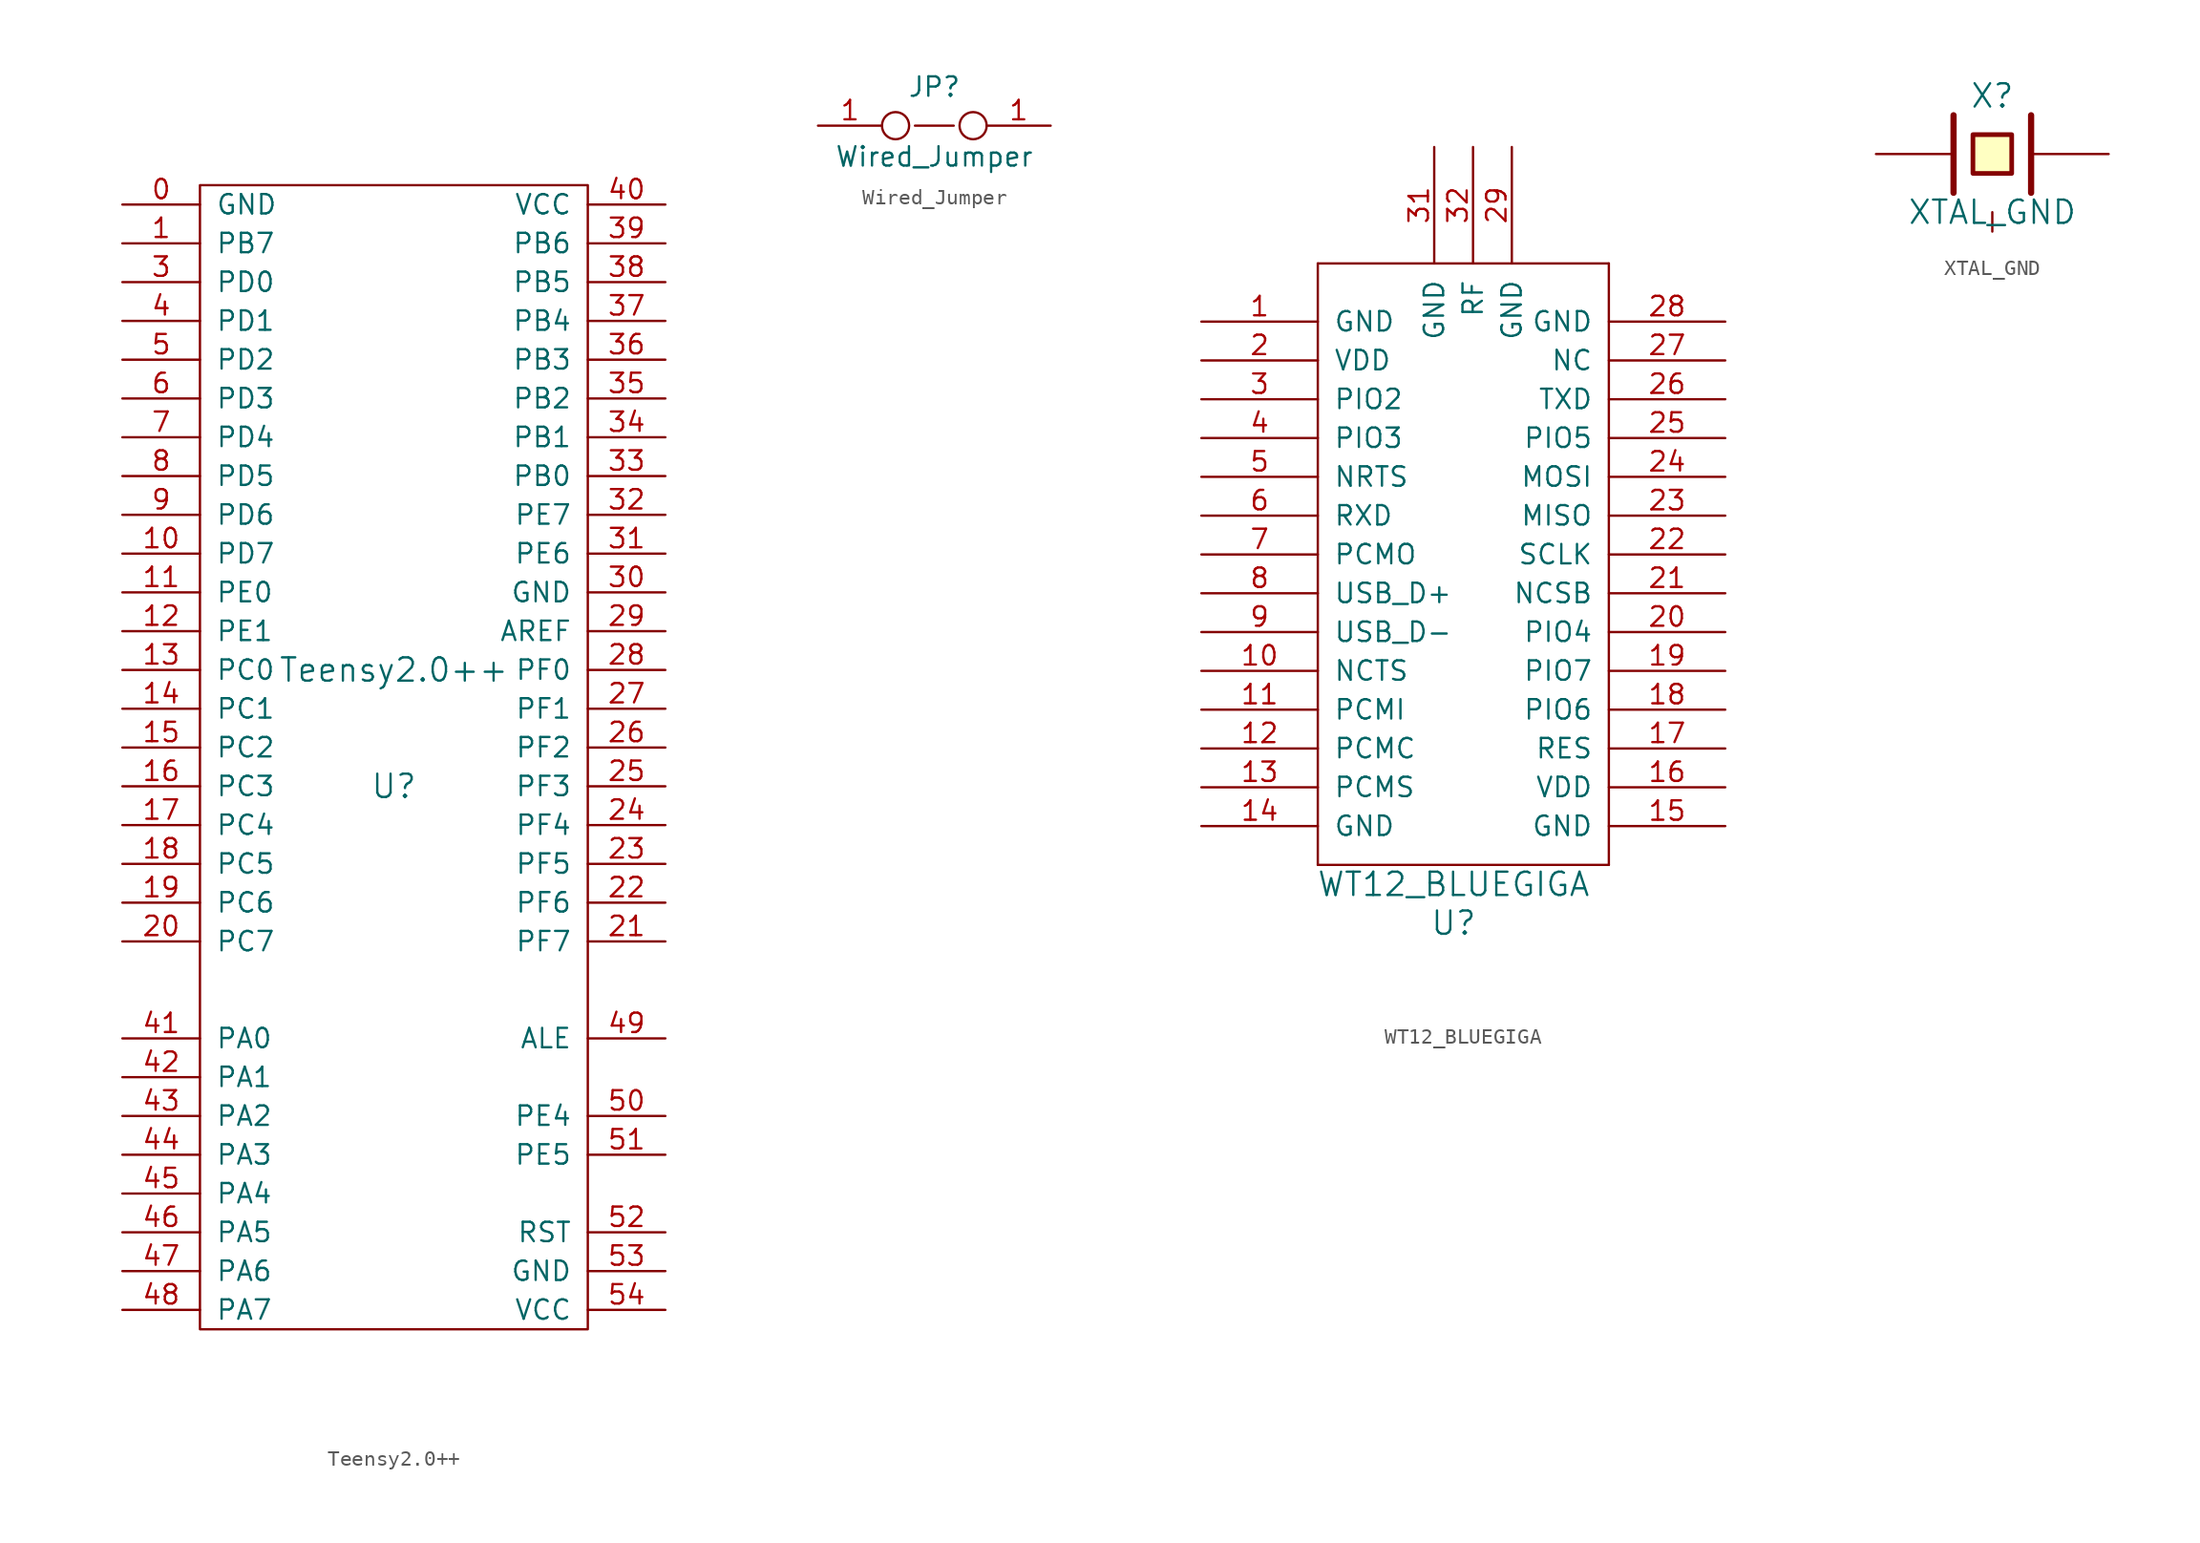
<source format=kicad_sym>
(kicad_symbol_lib
  (version 20211014)
  (generator kicad_symbol_editor)
  (symbol "Teensy2.0++"
    (pin_names
      (offset 1.016))
    (property "Reference" "U"
      (at 0 -2.54 0)
      (effects (font (size 1.524 1.524))))
    (property "Value" "Teensy2.0++"
      (at 0 5.08 0)
      (effects (font (size 1.524 1.524))))
    (property "Footprint" ""
      (at 0 1.27 0)
      (effects (font (size 1.524 1.524))))
    (property "Datasheet" ""
      (at 0 1.27 0)
      (effects (font (size 1.524 1.524))))
    (symbol "Teensy2.0++_0_1"
      (rectangle (start -12.7 36.83) (end 12.7 -38.1) (stroke (width 0) (type default) (color 0 0 0 0)) (fill (type none))))
    (symbol "Teensy2.0++_1_1"
      (pin power_in line (at -17.78 35.56 0) (length 5.08) (name "GND" (effects (font (size 1.27 1.27)))) (number "0" (effects (font (size 1.27 1.27)))))
      (pin tri_state line (at -17.78 33.02 0) (length 5.08) (name "PB7" (effects (font (size 1.27 1.27)))) (number "1" (effects (font (size 1.27 1.27)))))
      (pin tri_state line (at -17.78 12.7 0) (length 5.08) (name "PD7" (effects (font (size 1.27 1.27)))) (number "10" (effects (font (size 1.27 1.27)))))
      (pin tri_state line (at -17.78 10.16 0) (length 5.08) (name "PE0" (effects (font (size 1.27 1.27)))) (number "11" (effects (font (size 1.27 1.27)))))
      (pin tri_state line (at -17.78 7.62 0) (length 5.08) (name "PE1" (effects (font (size 1.27 1.27)))) (number "12" (effects (font (size 1.27 1.27)))))
      (pin tri_state line (at -17.78 5.08 0) (length 5.08) (name "PC0" (effects (font (size 1.27 1.27)))) (number "13" (effects (font (size 1.27 1.27)))))
      (pin tri_state line (at -17.78 2.54 0) (length 5.08) (name "PC1" (effects (font (size 1.27 1.27)))) (number "14" (effects (font (size 1.27 1.27)))))
      (pin tri_state line (at -17.78 0 0) (length 5.08) (name "PC2" (effects (font (size 1.27 1.27)))) (number "15" (effects (font (size 1.27 1.27)))))
      (pin tri_state line (at -17.78 -2.54 0) (length 5.08) (name "PC3" (effects (font (size 1.27 1.27)))) (number "16" (effects (font (size 1.27 1.27)))))
      (pin tri_state line (at -17.78 -5.08 0) (length 5.08) (name "PC4" (effects (font (size 1.27 1.27)))) (number "17" (effects (font (size 1.27 1.27)))))
      (pin tri_state line (at -17.78 -7.62 0) (length 5.08) (name "PC5" (effects (font (size 1.27 1.27)))) (number "18" (effects (font (size 1.27 1.27)))))
      (pin tri_state line (at -17.78 -10.16 0) (length 5.08) (name "PC6" (effects (font (size 1.27 1.27)))) (number "19" (effects (font (size 1.27 1.27)))))
      (pin tri_state line (at -17.78 -12.7 0) (length 5.08) (name "PC7" (effects (font (size 1.27 1.27)))) (number "20" (effects (font (size 1.27 1.27)))))
      (pin tri_state line (at 17.78 -12.7 180) (length 5.08) (name "PF7" (effects (font (size 1.27 1.27)))) (number "21" (effects (font (size 1.27 1.27)))))
      (pin tri_state line (at 17.78 -10.16 180) (length 5.08) (name "PF6" (effects (font (size 1.27 1.27)))) (number "22" (effects (font (size 1.27 1.27)))))
      (pin tri_state line (at 17.78 -7.62 180) (length 5.08) (name "PF5" (effects (font (size 1.27 1.27)))) (number "23" (effects (font (size 1.27 1.27)))))
      (pin tri_state line (at 17.78 -5.08 180) (length 5.08) (name "PF4" (effects (font (size 1.27 1.27)))) (number "24" (effects (font (size 1.27 1.27)))))
      (pin tri_state line (at 17.78 -2.54 180) (length 5.08) (name "PF3" (effects (font (size 1.27 1.27)))) (number "25" (effects (font (size 1.27 1.27)))))
      (pin tri_state line (at 17.78 0 180) (length 5.08) (name "PF2" (effects (font (size 1.27 1.27)))) (number "26" (effects (font (size 1.27 1.27)))))
      (pin tri_state line (at 17.78 2.54 180) (length 5.08) (name "PF1" (effects (font (size 1.27 1.27)))) (number "27" (effects (font (size 1.27 1.27)))))
      (pin tri_state line (at 17.78 5.08 180) (length 5.08) (name "PF0" (effects (font (size 1.27 1.27)))) (number "28" (effects (font (size 1.27 1.27)))))
      (pin input line (at 17.78 7.62 180) (length 5.08) (name "AREF" (effects (font (size 1.27 1.27)))) (number "29" (effects (font (size 1.27 1.27)))))
      (pin tri_state line (at -17.78 30.48 0) (length 5.08) (name "PD0" (effects (font (size 1.27 1.27)))) (number "3" (effects (font (size 1.27 1.27)))))
      (pin power_in line (at 17.78 10.16 180) (length 5.08) (name "GND" (effects (font (size 1.27 1.27)))) (number "30" (effects (font (size 1.27 1.27)))))
      (pin power_in line (at 17.78 12.7 180) (length 5.08) (name "PE6" (effects (font (size 1.27 1.27)))) (number "31" (effects (font (size 1.27 1.27)))))
      (pin power_in line (at 17.78 15.24 180) (length 5.08) (name "PE7" (effects (font (size 1.27 1.27)))) (number "32" (effects (font (size 1.27 1.27)))))
      (pin tri_state line (at 17.78 17.78 180) (length 5.08) (name "PB0" (effects (font (size 1.27 1.27)))) (number "33" (effects (font (size 1.27 1.27)))))
      (pin tri_state line (at 17.78 20.32 180) (length 5.08) (name "PB1" (effects (font (size 1.27 1.27)))) (number "34" (effects (font (size 1.27 1.27)))))
      (pin tri_state line (at 17.78 22.86 180) (length 5.08) (name "PB2" (effects (font (size 1.27 1.27)))) (number "35" (effects (font (size 1.27 1.27)))))
      (pin tri_state line (at 17.78 25.4 180) (length 5.08) (name "PB3" (effects (font (size 1.27 1.27)))) (number "36" (effects (font (size 1.27 1.27)))))
      (pin tri_state line (at 17.78 27.94 180) (length 5.08) (name "PB4" (effects (font (size 1.27 1.27)))) (number "37" (effects (font (size 1.27 1.27)))))
      (pin tri_state line (at 17.78 30.48 180) (length 5.08) (name "PB5" (effects (font (size 1.27 1.27)))) (number "38" (effects (font (size 1.27 1.27)))))
      (pin tri_state line (at 17.78 33.02 180) (length 5.08) (name "PB6" (effects (font (size 1.27 1.27)))) (number "39" (effects (font (size 1.27 1.27)))))
      (pin tri_state line (at -17.78 27.94 0) (length 5.08) (name "PD1" (effects (font (size 1.27 1.27)))) (number "4" (effects (font (size 1.27 1.27)))))
      (pin power_in line (at 17.78 35.56 180) (length 5.08) (name "VCC" (effects (font (size 1.27 1.27)))) (number "40" (effects (font (size 1.27 1.27)))))
      (pin tri_state line (at -17.78 -19.05 0) (length 5.08) (name "PA0" (effects (font (size 1.27 1.27)))) (number "41" (effects (font (size 1.27 1.27)))))
      (pin tri_state line (at -17.78 -21.59 0) (length 5.08) (name "PA1" (effects (font (size 1.27 1.27)))) (number "42" (effects (font (size 1.27 1.27)))))
      (pin tri_state line (at -17.78 -24.13 0) (length 5.08) (name "PA2" (effects (font (size 1.27 1.27)))) (number "43" (effects (font (size 1.27 1.27)))))
      (pin tri_state line (at -17.78 -26.67 0) (length 5.08) (name "PA3" (effects (font (size 1.27 1.27)))) (number "44" (effects (font (size 1.27 1.27)))))
      (pin tri_state line (at -17.78 -29.21 0) (length 5.08) (name "PA4" (effects (font (size 1.27 1.27)))) (number "45" (effects (font (size 1.27 1.27)))))
      (pin tri_state line (at -17.78 -31.75 0) (length 5.08) (name "PA5" (effects (font (size 1.27 1.27)))) (number "46" (effects (font (size 1.27 1.27)))))
      (pin tri_state line (at -17.78 -34.29 0) (length 5.08) (name "PA6" (effects (font (size 1.27 1.27)))) (number "47" (effects (font (size 1.27 1.27)))))
      (pin tri_state line (at -17.78 -36.83 0) (length 5.08) (name "PA7" (effects (font (size 1.27 1.27)))) (number "48" (effects (font (size 1.27 1.27)))))
      (pin input line (at 17.78 -19.05 180) (length 5.08) (name "ALE" (effects (font (size 1.27 1.27)))) (number "49" (effects (font (size 1.27 1.27)))))
      (pin tri_state line (at -17.78 25.4 0) (length 5.08) (name "PD2" (effects (font (size 1.27 1.27)))) (number "5" (effects (font (size 1.27 1.27)))))
      (pin tri_state line (at 17.78 -24.13 180) (length 5.08) (name "PE4" (effects (font (size 1.27 1.27)))) (number "50" (effects (font (size 1.27 1.27)))))
      (pin tri_state line (at 17.78 -26.67 180) (length 5.08) (name "PE5" (effects (font (size 1.27 1.27)))) (number "51" (effects (font (size 1.27 1.27)))))
      (pin input line (at 17.78 -31.75 180) (length 5.08) (name "RST" (effects (font (size 1.27 1.27)))) (number "52" (effects (font (size 1.27 1.27)))))
      (pin power_in line (at 17.78 -34.29 180) (length 5.08) (name "GND" (effects (font (size 1.27 1.27)))) (number "53" (effects (font (size 1.27 1.27)))))
      (pin power_in line (at 17.78 -36.83 180) (length 5.08) (name "VCC" (effects (font (size 1.27 1.27)))) (number "54" (effects (font (size 1.27 1.27)))))
      (pin tri_state line (at -17.78 22.86 0) (length 5.08) (name "PD3" (effects (font (size 1.27 1.27)))) (number "6" (effects (font (size 1.27 1.27)))))
      (pin tri_state line (at -17.78 20.32 0) (length 5.08) (name "PD4" (effects (font (size 1.27 1.27)))) (number "7" (effects (font (size 1.27 1.27)))))
      (pin tri_state line (at -17.78 17.78 0) (length 5.08) (name "PD5" (effects (font (size 1.27 1.27)))) (number "8" (effects (font (size 1.27 1.27)))))
      (pin tri_state line (at -17.78 15.24 0) (length 5.08) (name "PD6" (effects (font (size 1.27 1.27)))) (number "9" (effects (font (size 1.27 1.27)))))))
  (symbol "Wired_Jumper"
    (pin_names
      (offset 0.762) hide)
    (property "Reference" "JP"
      (at 0 2.54 0)
      (effects (font (size 1.27 1.27))))
    (property "Value" "Wired_Jumper"
      (at 0 -2.032 0)
      (effects (font (size 1.27 1.27))))
    (symbol "Wired_Jumper_0_1"
      (circle (center -2.54 0) (radius 0.889) (stroke (width 0) (type default) (color 0 0 0 0)) (fill (type none)))
      (polyline (pts (xy -1.27 0) (xy 1.27 0)) (stroke (width 0) (type default) (color 0 0 0 0)) (fill (type none)))
      (circle (center 2.54 0) (radius 0.889) (stroke (width 0) (type default) (color 0 0 0 0)) (fill (type none)))
      (pin passive line (at -7.62 0 0) (length 4.191) (name "1" (effects (font (size 1.27 1.27)))) (number "1" (effects (font (size 1.27 1.27)))))
      (pin passive line (at 7.62 0 180) (length 4.191) (name "1" (effects (font (size 1.27 1.27)))) (number "1" (effects (font (size 1.27 1.27)))))))
  (symbol "WT12_BLUEGIGA"
    (pin_names
      (offset 1.016))
    (property "Reference" "U"
      (at 8.89 -43.18 0)
      (effects (font (size 1.524 1.524))))
    (property "Value" "WT12_BLUEGIGA"
      (at 8.89 -40.64 0)
      (effects (font (size 1.524 1.524))))
    (property "Footprint" ""
      (at 0 0 0)
      (effects (font (size 1.524 1.524))))
    (property "Datasheet" ""
      (at 0 0 0)
      (effects (font (size 1.524 1.524))))
    (symbol "WT12_BLUEGIGA_0_1"
      (rectangle (start 0 -39.37) (end 0 0) (stroke (width 0) (type default) (color 0 0 0 0)) (fill (type none)))
      (rectangle (start 0 0) (end 19.05 0) (stroke (width 0) (type default) (color 0 0 0 0)) (fill (type none)))
      (rectangle (start 19.05 -39.37) (end 0 -39.37) (stroke (width 0) (type default) (color 0 0 0 0)) (fill (type none)))
      (rectangle (start 19.05 0) (end 19.05 -39.37) (stroke (width 0) (type default) (color 0 0 0 0)) (fill (type none))))
    (symbol "WT12_BLUEGIGA_1_1"
      (pin input line (at -7.62 -3.81 0) (length 7.62) (name "GND" (effects (font (size 1.27 1.27)))) (number "1" (effects (font (size 1.27 1.27)))))
      (pin input line (at -7.62 -26.67 0) (length 7.62) (name "NCTS" (effects (font (size 1.27 1.27)))) (number "10" (effects (font (size 1.27 1.27)))))
      (pin input line (at -7.62 -29.21 0) (length 7.62) (name "PCMI" (effects (font (size 1.27 1.27)))) (number "11" (effects (font (size 1.27 1.27)))))
      (pin input line (at -7.62 -31.75 0) (length 7.62) (name "PCMC" (effects (font (size 1.27 1.27)))) (number "12" (effects (font (size 1.27 1.27)))))
      (pin input line (at -7.62 -34.29 0) (length 7.62) (name "PCMS" (effects (font (size 1.27 1.27)))) (number "13" (effects (font (size 1.27 1.27)))))
      (pin input line (at -7.62 -36.83 0) (length 7.62) (name "GND" (effects (font (size 1.27 1.27)))) (number "14" (effects (font (size 1.27 1.27)))))
      (pin input line (at 26.67 -36.83 180) (length 7.62) (name "GND" (effects (font (size 1.27 1.27)))) (number "15" (effects (font (size 1.27 1.27)))))
      (pin power_in line (at 26.67 -34.29 180) (length 7.62) (name "VDD" (effects (font (size 1.27 1.27)))) (number "16" (effects (font (size 1.27 1.27)))))
      (pin input line (at 26.67 -31.75 180) (length 7.62) (name "RES" (effects (font (size 1.27 1.27)))) (number "17" (effects (font (size 1.27 1.27)))))
      (pin input line (at 26.67 -29.21 180) (length 7.62) (name "PIO6" (effects (font (size 1.27 1.27)))) (number "18" (effects (font (size 1.27 1.27)))))
      (pin input line (at 26.67 -26.67 180) (length 7.62) (name "PIO7" (effects (font (size 1.27 1.27)))) (number "19" (effects (font (size 1.27 1.27)))))
      (pin power_in line (at -7.62 -6.35 0) (length 7.62) (name "VDD" (effects (font (size 1.27 1.27)))) (number "2" (effects (font (size 1.27 1.27)))))
      (pin input line (at 26.67 -24.13 180) (length 7.62) (name "PIO4" (effects (font (size 1.27 1.27)))) (number "20" (effects (font (size 1.27 1.27)))))
      (pin input line (at 26.67 -21.59 180) (length 7.62) (name "NCSB" (effects (font (size 1.27 1.27)))) (number "21" (effects (font (size 1.27 1.27)))))
      (pin input line (at 26.67 -19.05 180) (length 7.62) (name "SCLK" (effects (font (size 1.27 1.27)))) (number "22" (effects (font (size 1.27 1.27)))))
      (pin input line (at 26.67 -16.51 180) (length 7.62) (name "MISO" (effects (font (size 1.27 1.27)))) (number "23" (effects (font (size 1.27 1.27)))))
      (pin input line (at 26.67 -13.97 180) (length 7.62) (name "MOSI" (effects (font (size 1.27 1.27)))) (number "24" (effects (font (size 1.27 1.27)))))
      (pin input line (at 26.67 -11.43 180) (length 7.62) (name "PIO5" (effects (font (size 1.27 1.27)))) (number "25" (effects (font (size 1.27 1.27)))))
      (pin input line (at 26.67 -8.89 180) (length 7.62) (name "TXD" (effects (font (size 1.27 1.27)))) (number "26" (effects (font (size 1.27 1.27)))))
      (pin input line (at 26.67 -6.35 180) (length 7.62) (name "NC" (effects (font (size 1.27 1.27)))) (number "27" (effects (font (size 1.27 1.27)))))
      (pin input line (at 26.67 -3.81 180) (length 7.62) (name "GND" (effects (font (size 1.27 1.27)))) (number "28" (effects (font (size 1.27 1.27)))))
      (pin input line (at 12.7 7.62 270) (length 7.62) (name "GND" (effects (font (size 1.27 1.27)))) (number "29" (effects (font (size 1.27 1.27)))))
      (pin input line (at -7.62 -8.89 0) (length 7.62) (name "PIO2" (effects (font (size 1.27 1.27)))) (number "3" (effects (font (size 1.27 1.27)))))
      (pin input line (at 7.62 7.62 270) (length 7.62) (name "GND" (effects (font (size 1.27 1.27)))) (number "31" (effects (font (size 1.27 1.27)))))
      (pin input line (at 10.16 7.62 270) (length 7.62) (name "RF" (effects (font (size 1.27 1.27)))) (number "32" (effects (font (size 1.27 1.27)))))
      (pin input line (at -7.62 -11.43 0) (length 7.62) (name "PIO3" (effects (font (size 1.27 1.27)))) (number "4" (effects (font (size 1.27 1.27)))))
      (pin input line (at -7.62 -13.97 0) (length 7.62) (name "NRTS" (effects (font (size 1.27 1.27)))) (number "5" (effects (font (size 1.27 1.27)))))
      (pin input line (at -7.62 -16.51 0) (length 7.62) (name "RXD" (effects (font (size 1.27 1.27)))) (number "6" (effects (font (size 1.27 1.27)))))
      (pin input line (at -7.62 -19.05 0) (length 7.62) (name "PCMO" (effects (font (size 1.27 1.27)))) (number "7" (effects (font (size 1.27 1.27)))))
      (pin input line (at -7.62 -21.59 0) (length 7.62) (name "USB_D+" (effects (font (size 1.27 1.27)))) (number "8" (effects (font (size 1.27 1.27)))))
      (pin input line (at -7.62 -24.13 0) (length 7.62) (name "USB_D-" (effects (font (size 1.27 1.27)))) (number "9" (effects (font (size 1.27 1.27)))))))
  (symbol "XTAL_GND"
    (pin_numbers hide)
    (pin_names
      (offset 1.016) hide)
    (property "Reference" "X"
      (at 0 3.81 0)
      (effects (font (size 1.524 1.524))))
    (property "Value" "XTAL_GND"
      (at 0 -3.81 0)
      (effects (font (size 1.524 1.524))))
    (property "Footprint" ""
      (at 0 0 0)
      (effects (font (size 1.524 1.524))))
    (property "Datasheet" ""
      (at 0 0 0)
      (effects (font (size 1.524 1.524))))
    (symbol "XTAL_GND_0_1"
      (polyline (pts (xy -2.54 2.54) (xy -2.54 -2.54)) (stroke (width 0.406) (type default) (color 0 0 0 0)) (fill (type none)))
      (polyline (pts (xy 2.54 2.54) (xy 2.54 -2.54)) (stroke (width 0.406) (type default) (color 0 0 0 0)) (fill (type none)))
      (polyline (pts (xy -1.27 1.27) (xy 1.27 1.27) (xy 1.27 -1.27) (xy -1.27 -1.27) (xy -1.27 1.27)) (stroke (width 0.305) (type default) (color 0 0 0 0)) (fill (type background))))
    (symbol "XTAL_GND_1_1"
      (pin passive line (at -7.62 0 0) (length 5.08) (name "1" (effects (font (size 1.016 1.016)))) (number "1" (effects (font (size 1.016 1.016)))))
      (pin passive line (at 7.62 0 180) (length 5.08) (name "2" (effects (font (size 1.016 1.016)))) (number "2" (effects (font (size 1.016 1.016)))))
      (pin passive line (at 0 -5.08 90) (length 1.27) (name "~" (effects (font (size 1.27 1.27)))) (number "3" (effects (font (size 1.27 1.27))))))))
</source>
